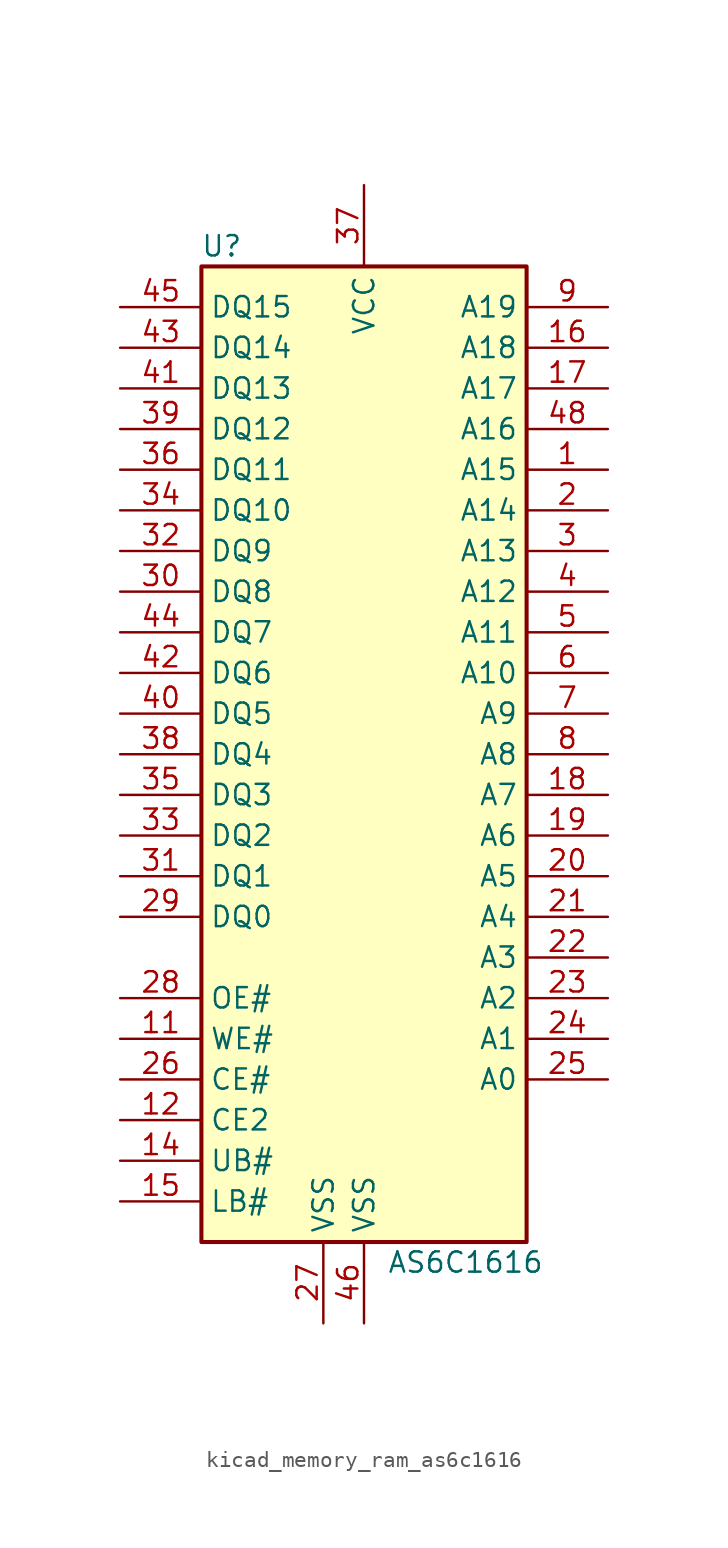
<source format=kicad_sym>
(kicad_symbol_lib
  (version 20220914)
  (generator kicad_symbol_editor)
  (symbol "kicad_memory_ram_as6c1616"
    (property "Reference" "U"
      (at -8.89 31.75 0)
      (effects (font (size 1.27 1.27))))
    (property "Value" "AS6C1616"
      (at 6.35 -31.75 0)
      (effects (font (size 1.27 1.27))))
    (symbol "kicad_memory_ram_as6c1616_0_1"
      (rectangle (start -10.16 30.48) (end 10.16 -30.48) (stroke (width 0.254) (type default)) (fill (type background))))
    (symbol "kicad_memory_ram_as6c1616_1_1"
      (pin input line (at 15.24 17.78 180) (length 5.08) (name "A15" (effects (font (size 1.27 1.27)))) (number "1" (effects (font (size 1.27 1.27)))))
      (pin no_connect line (at 10.16 -22.86 180) (length 0) hide (name "NC" (effects (font (size 1.27 1.27)))) (number "10" (effects (font (size 1.27 1.27)))))
      (pin input line (at -15.24 -17.78 0) (length 5.08) (name "WE#" (effects (font (size 1.27 1.27)))) (number "11" (effects (font (size 1.27 1.27)))))
      (pin input line (at -15.24 -22.86 0) (length 5.08) (name "CE2" (effects (font (size 1.27 1.27)))) (number "12" (effects (font (size 1.27 1.27)))))
      (pin no_connect line (at 10.16 -25.4 180) (length 0) hide (name "NC" (effects (font (size 1.27 1.27)))) (number "13" (effects (font (size 1.27 1.27)))))
      (pin input line (at -15.24 -25.4 0) (length 5.08) (name "UB#" (effects (font (size 1.27 1.27)))) (number "14" (effects (font (size 1.27 1.27)))))
      (pin input line (at -15.24 -27.94 0) (length 5.08) (name "LB#" (effects (font (size 1.27 1.27)))) (number "15" (effects (font (size 1.27 1.27)))))
      (pin input line (at 15.24 25.4 180) (length 5.08) (name "A18" (effects (font (size 1.27 1.27)))) (number "16" (effects (font (size 1.27 1.27)))))
      (pin input line (at 15.24 22.86 180) (length 5.08) (name "A17" (effects (font (size 1.27 1.27)))) (number "17" (effects (font (size 1.27 1.27)))))
      (pin input line (at 15.24 -2.54 180) (length 5.08) (name "A7" (effects (font (size 1.27 1.27)))) (number "18" (effects (font (size 1.27 1.27)))))
      (pin input line (at 15.24 -5.08 180) (length 5.08) (name "A6" (effects (font (size 1.27 1.27)))) (number "19" (effects (font (size 1.27 1.27)))))
      (pin input line (at 15.24 15.24 180) (length 5.08) (name "A14" (effects (font (size 1.27 1.27)))) (number "2" (effects (font (size 1.27 1.27)))))
      (pin input line (at 15.24 -7.62 180) (length 5.08) (name "A5" (effects (font (size 1.27 1.27)))) (number "20" (effects (font (size 1.27 1.27)))))
      (pin input line (at 15.24 -10.16 180) (length 5.08) (name "A4" (effects (font (size 1.27 1.27)))) (number "21" (effects (font (size 1.27 1.27)))))
      (pin input line (at 15.24 -12.7 180) (length 5.08) (name "A3" (effects (font (size 1.27 1.27)))) (number "22" (effects (font (size 1.27 1.27)))))
      (pin input line (at 15.24 -15.24 180) (length 5.08) (name "A2" (effects (font (size 1.27 1.27)))) (number "23" (effects (font (size 1.27 1.27)))))
      (pin input line (at 15.24 -17.78 180) (length 5.08) (name "A1" (effects (font (size 1.27 1.27)))) (number "24" (effects (font (size 1.27 1.27)))))
      (pin input line (at 15.24 -20.32 180) (length 5.08) (name "A0" (effects (font (size 1.27 1.27)))) (number "25" (effects (font (size 1.27 1.27)))))
      (pin input line (at -15.24 -20.32 0) (length 5.08) (name "CE#" (effects (font (size 1.27 1.27)))) (number "26" (effects (font (size 1.27 1.27)))))
      (pin power_in line (at -2.54 -35.56 90) (length 5.08) (name "VSS" (effects (font (size 1.27 1.27)))) (number "27" (effects (font (size 1.27 1.27)))))
      (pin input line (at -15.24 -15.24 0) (length 5.08) (name "OE#" (effects (font (size 1.27 1.27)))) (number "28" (effects (font (size 1.27 1.27)))))
      (pin bidirectional line (at -15.24 -10.16 0) (length 5.08) (name "DQ0" (effects (font (size 1.27 1.27)))) (number "29" (effects (font (size 1.27 1.27)))))
      (pin input line (at 15.24 12.7 180) (length 5.08) (name "A13" (effects (font (size 1.27 1.27)))) (number "3" (effects (font (size 1.27 1.27)))))
      (pin bidirectional line (at -15.24 10.16 0) (length 5.08) (name "DQ8" (effects (font (size 1.27 1.27)))) (number "30" (effects (font (size 1.27 1.27)))))
      (pin bidirectional line (at -15.24 -7.62 0) (length 5.08) (name "DQ1" (effects (font (size 1.27 1.27)))) (number "31" (effects (font (size 1.27 1.27)))))
      (pin bidirectional line (at -15.24 12.7 0) (length 5.08) (name "DQ9" (effects (font (size 1.27 1.27)))) (number "32" (effects (font (size 1.27 1.27)))))
      (pin bidirectional line (at -15.24 -5.08 0) (length 5.08) (name "DQ2" (effects (font (size 1.27 1.27)))) (number "33" (effects (font (size 1.27 1.27)))))
      (pin bidirectional line (at -15.24 15.24 0) (length 5.08) (name "DQ10" (effects (font (size 1.27 1.27)))) (number "34" (effects (font (size 1.27 1.27)))))
      (pin bidirectional line (at -15.24 -2.54 0) (length 5.08) (name "DQ3" (effects (font (size 1.27 1.27)))) (number "35" (effects (font (size 1.27 1.27)))))
      (pin bidirectional line (at -15.24 17.78 0) (length 5.08) (name "DQ11" (effects (font (size 1.27 1.27)))) (number "36" (effects (font (size 1.27 1.27)))))
      (pin power_in line (at 0 35.56 270) (length 5.08) (name "VCC" (effects (font (size 1.27 1.27)))) (number "37" (effects (font (size 1.27 1.27)))))
      (pin bidirectional line (at -15.24 0 0) (length 5.08) (name "DQ4" (effects (font (size 1.27 1.27)))) (number "38" (effects (font (size 1.27 1.27)))))
      (pin bidirectional line (at -15.24 20.32 0) (length 5.08) (name "DQ12" (effects (font (size 1.27 1.27)))) (number "39" (effects (font (size 1.27 1.27)))))
      (pin input line (at 15.24 10.16 180) (length 5.08) (name "A12" (effects (font (size 1.27 1.27)))) (number "4" (effects (font (size 1.27 1.27)))))
      (pin bidirectional line (at -15.24 2.54 0) (length 5.08) (name "DQ5" (effects (font (size 1.27 1.27)))) (number "40" (effects (font (size 1.27 1.27)))))
      (pin bidirectional line (at -15.24 22.86 0) (length 5.08) (name "DQ13" (effects (font (size 1.27 1.27)))) (number "41" (effects (font (size 1.27 1.27)))))
      (pin bidirectional line (at -15.24 5.08 0) (length 5.08) (name "DQ6" (effects (font (size 1.27 1.27)))) (number "42" (effects (font (size 1.27 1.27)))))
      (pin bidirectional line (at -15.24 25.4 0) (length 5.08) (name "DQ14" (effects (font (size 1.27 1.27)))) (number "43" (effects (font (size 1.27 1.27)))))
      (pin bidirectional line (at -15.24 7.62 0) (length 5.08) (name "DQ7" (effects (font (size 1.27 1.27)))) (number "44" (effects (font (size 1.27 1.27)))))
      (pin input line (at -15.24 27.94 0) (length 5.08) (name "DQ15" (effects (font (size 1.27 1.27)))) (number "45" (effects (font (size 1.27 1.27)))))
      (pin power_in line (at 0 -35.56 90) (length 5.08) (name "VSS" (effects (font (size 1.27 1.27)))) (number "46" (effects (font (size 1.27 1.27)))))
      (pin no_connect line (at 10.16 -27.94 180) (length 0) hide (name "NC" (effects (font (size 1.27 1.27)))) (number "47" (effects (font (size 1.27 1.27)))))
      (pin input line (at 15.24 20.32 180) (length 5.08) (name "A16" (effects (font (size 1.27 1.27)))) (number "48" (effects (font (size 1.27 1.27)))))
      (pin input line (at 15.24 7.62 180) (length 5.08) (name "A11" (effects (font (size 1.27 1.27)))) (number "5" (effects (font (size 1.27 1.27)))))
      (pin input line (at 15.24 5.08 180) (length 5.08) (name "A10" (effects (font (size 1.27 1.27)))) (number "6" (effects (font (size 1.27 1.27)))))
      (pin input line (at 15.24 2.54 180) (length 5.08) (name "A9" (effects (font (size 1.27 1.27)))) (number "7" (effects (font (size 1.27 1.27)))))
      (pin input line (at 15.24 0 180) (length 5.08) (name "A8" (effects (font (size 1.27 1.27)))) (number "8" (effects (font (size 1.27 1.27)))))
      (pin input line (at 15.24 27.94 180) (length 5.08) (name "A19" (effects (font (size 1.27 1.27)))) (number "9" (effects (font (size 1.27 1.27))))))))
</source>
